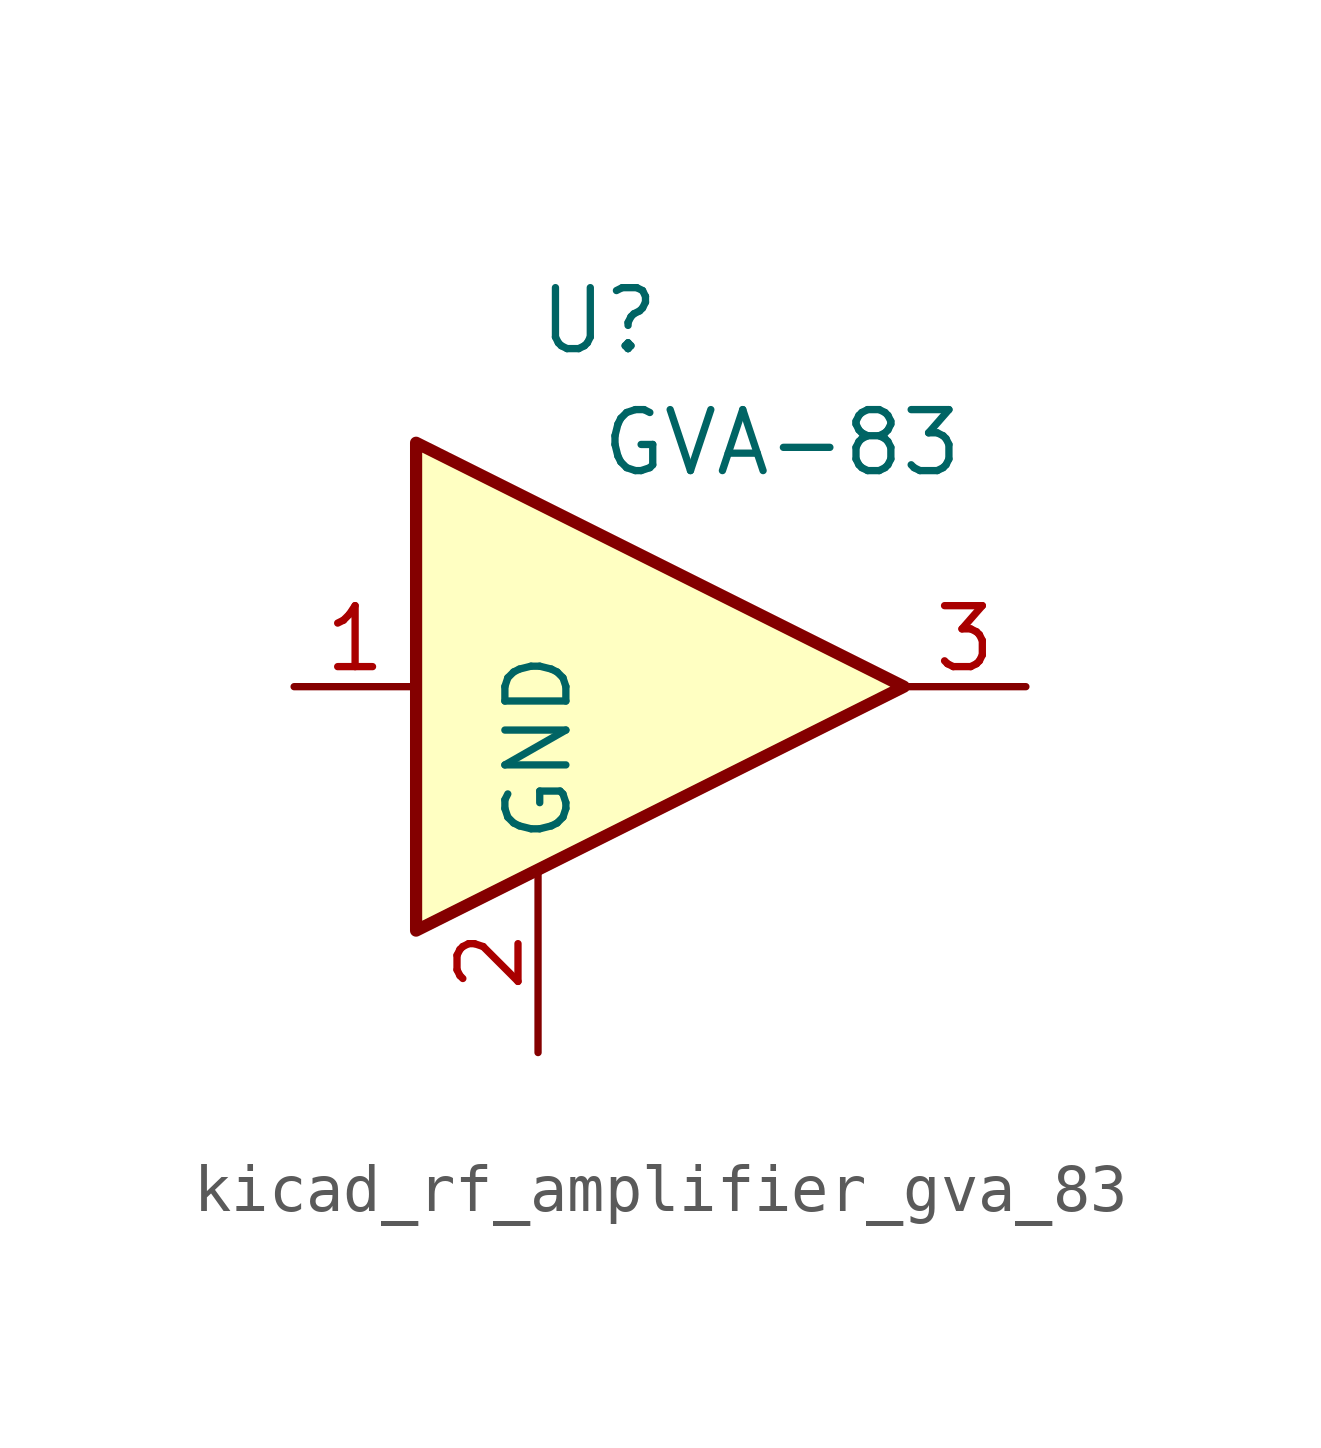
<source format=kicad_sym>
(kicad_symbol_lib
  (version 20220914)
  (generator kicad_symbol_editor)
  (symbol "kicad_rf_amplifier_gva_83"
    (property "Reference" "U"
      (at -1.27 7.62 0)
      (effects (font (size 1.27 1.27))))
    (property "Value" "GVA-83"
      (at 2.54 5.08 0)
      (effects (font (size 1.27 1.27))))
    (symbol "kicad_rf_amplifier_gva_83_0_1"
      (polyline (pts (xy 5.08 0) (xy -5.08 5.08) (xy -5.08 -5.08) (xy 5.08 0)) (stroke (width 0.254) (type default)) (fill (type background))))
    (symbol "kicad_rf_amplifier_gva_83_1_1"
      (pin input line (at -7.62 0 0) (length 2.54) (name "~" (effects (font (size 1.27 1.27)))) (number "1" (effects (font (size 1.27 1.27)))))
      (pin power_in line (at -2.54 -7.62 90) (length 3.81) (name "GND" (effects (font (size 1.27 1.27)))) (number "2" (effects (font (size 1.27 1.27)))))
      (pin output line (at 7.62 0 180) (length 2.54) (name "~" (effects (font (size 1.27 1.27)))) (number "3" (effects (font (size 1.27 1.27))))))))
</source>
